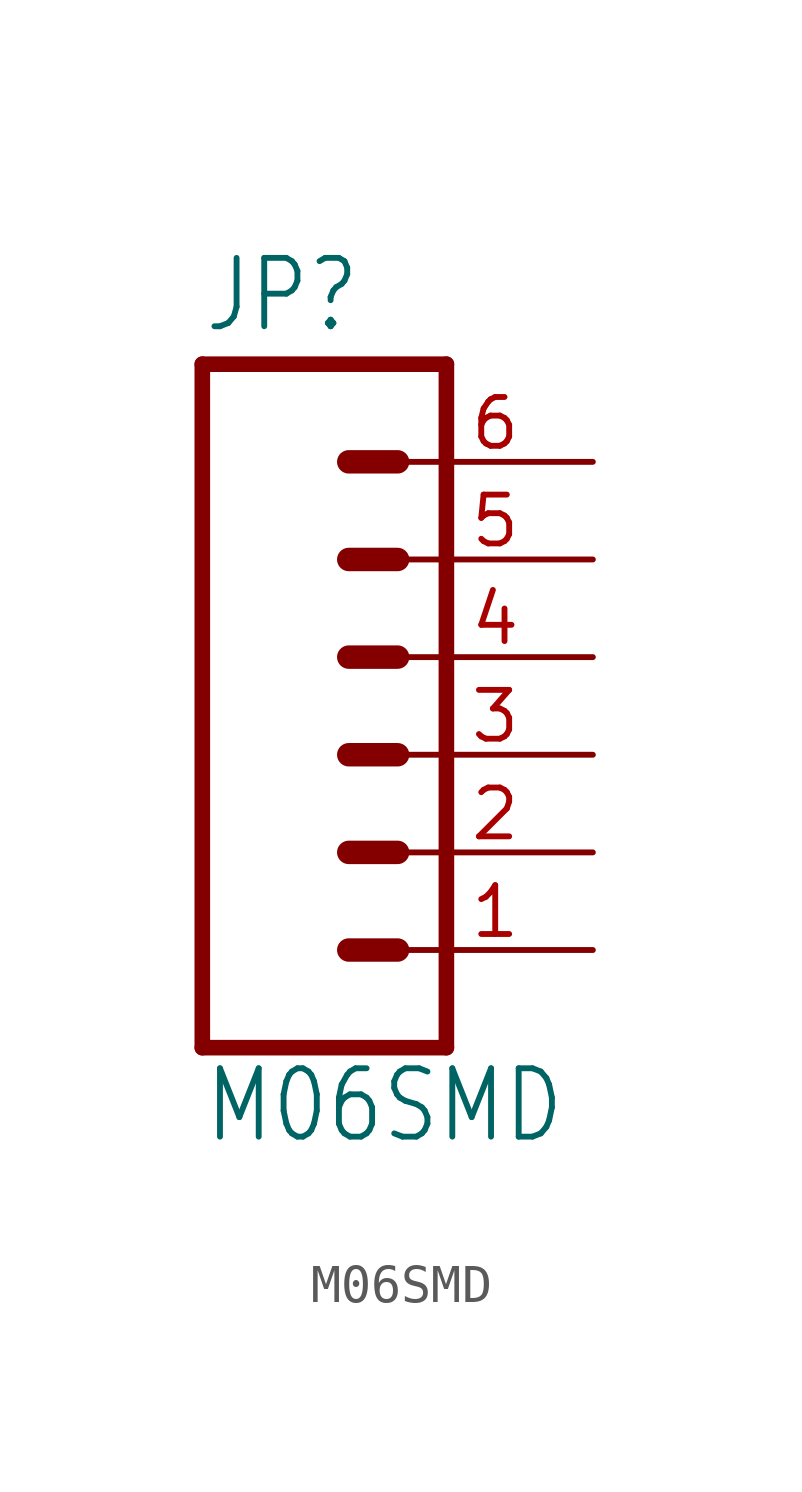
<source format=kicad_sym>
(kicad_symbol_lib
  (version 20211014)
  (generator kicad_symbol_editor)
  (symbol "M06SMD"
    (property "Reference" "JP"
      (at -5.08 10.922 0)
      (effects (font (size 1.778 1.511)) (justify left bottom)))
    (property "Value" "M06SMD"
      (at -5.08 -10.16 0)
      (effects (font (size 1.778 1.511)) (justify left bottom)))
    (property "ki_locked" ""
      (at 0 0 0)
      (effects (font (size 1.27 1.27))))
    (symbol "M06SMD_1_0"
      (polyline (pts (xy -5.08 10.16) (xy -5.08 -7.62)) (stroke (width 0.406) (type default) (color 0 0 0 0)) (fill (type none)))
      (polyline (pts (xy -5.08 10.16) (xy 1.27 10.16)) (stroke (width 0.406) (type default) (color 0 0 0 0)) (fill (type none)))
      (polyline (pts (xy -1.27 -5.08) (xy 0 -5.08)) (stroke (width 0.61) (type default) (color 0 0 0 0)) (fill (type none)))
      (polyline (pts (xy -1.27 -2.54) (xy 0 -2.54)) (stroke (width 0.61) (type default) (color 0 0 0 0)) (fill (type none)))
      (polyline (pts (xy -1.27 0) (xy 0 0)) (stroke (width 0.61) (type default) (color 0 0 0 0)) (fill (type none)))
      (polyline (pts (xy -1.27 2.54) (xy 0 2.54)) (stroke (width 0.61) (type default) (color 0 0 0 0)) (fill (type none)))
      (polyline (pts (xy -1.27 5.08) (xy 0 5.08)) (stroke (width 0.61) (type default) (color 0 0 0 0)) (fill (type none)))
      (polyline (pts (xy -1.27 7.62) (xy 0 7.62)) (stroke (width 0.61) (type default) (color 0 0 0 0)) (fill (type none)))
      (polyline (pts (xy 1.27 -7.62) (xy -5.08 -7.62)) (stroke (width 0.406) (type default) (color 0 0 0 0)) (fill (type none)))
      (polyline (pts (xy 1.27 -7.62) (xy 1.27 10.16)) (stroke (width 0.406) (type default) (color 0 0 0 0)) (fill (type none)))
      (pin passive line (at 5.08 -5.08 180) (length 5.08) (name "1" (effects (font (size 0 0)))) (number "1" (effects (font (size 1.27 1.27)))))
      (pin passive line (at 5.08 -2.54 180) (length 5.08) (name "2" (effects (font (size 0 0)))) (number "2" (effects (font (size 1.27 1.27)))))
      (pin passive line (at 5.08 0 180) (length 5.08) (name "3" (effects (font (size 0 0)))) (number "3" (effects (font (size 1.27 1.27)))))
      (pin passive line (at 5.08 2.54 180) (length 5.08) (name "4" (effects (font (size 0 0)))) (number "4" (effects (font (size 1.27 1.27)))))
      (pin passive line (at 5.08 5.08 180) (length 5.08) (name "5" (effects (font (size 0 0)))) (number "5" (effects (font (size 1.27 1.27)))))
      (pin passive line (at 5.08 7.62 180) (length 5.08) (name "6" (effects (font (size 0 0)))) (number "6" (effects (font (size 1.27 1.27))))))))
</source>
